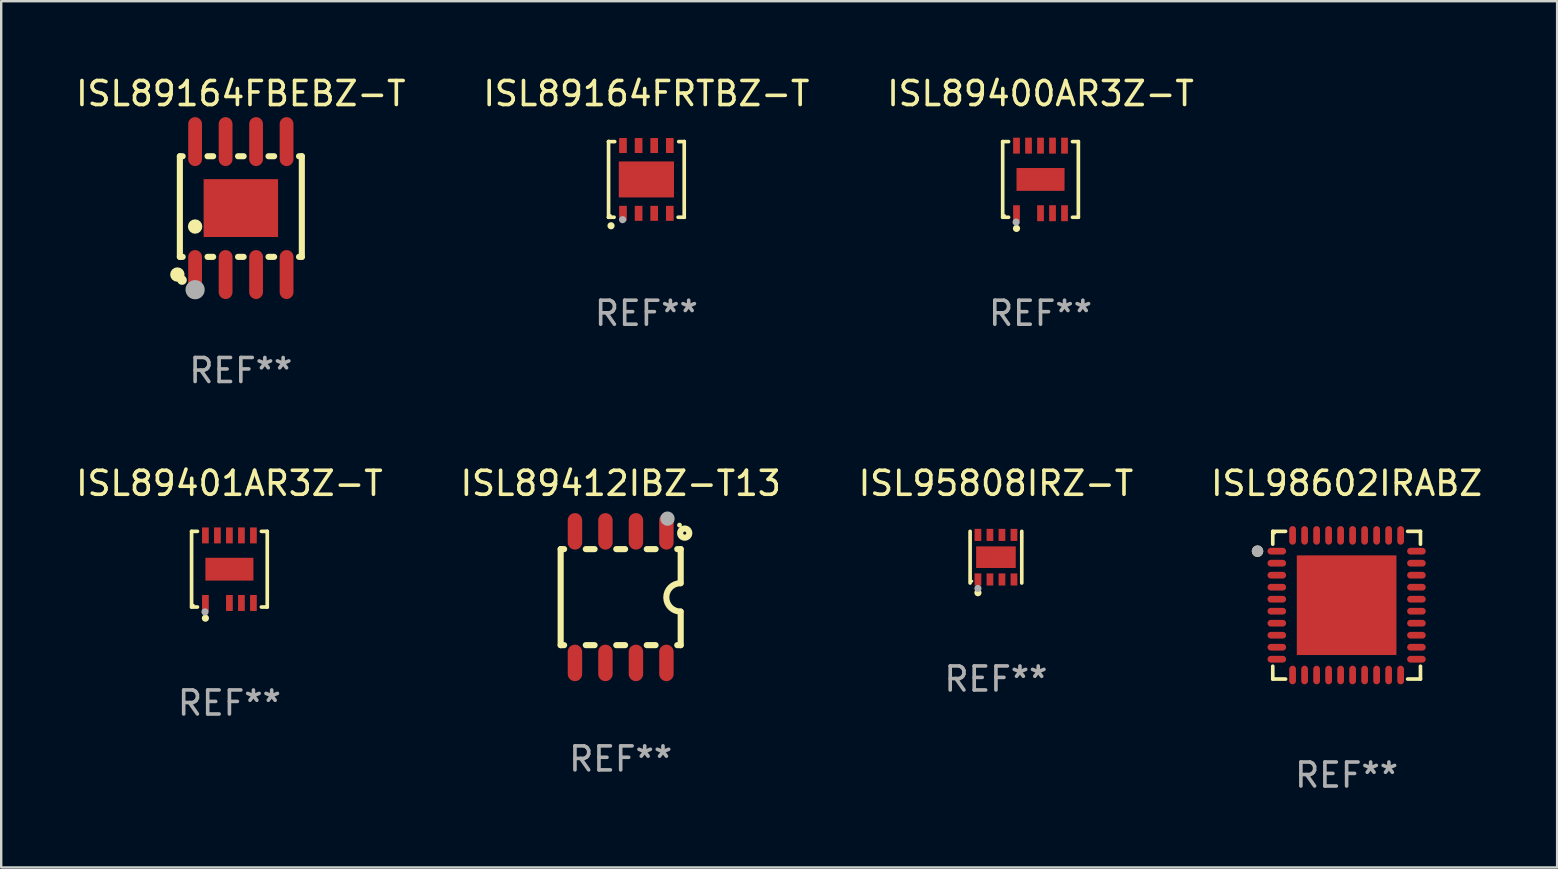
<source format=kicad_pcb>
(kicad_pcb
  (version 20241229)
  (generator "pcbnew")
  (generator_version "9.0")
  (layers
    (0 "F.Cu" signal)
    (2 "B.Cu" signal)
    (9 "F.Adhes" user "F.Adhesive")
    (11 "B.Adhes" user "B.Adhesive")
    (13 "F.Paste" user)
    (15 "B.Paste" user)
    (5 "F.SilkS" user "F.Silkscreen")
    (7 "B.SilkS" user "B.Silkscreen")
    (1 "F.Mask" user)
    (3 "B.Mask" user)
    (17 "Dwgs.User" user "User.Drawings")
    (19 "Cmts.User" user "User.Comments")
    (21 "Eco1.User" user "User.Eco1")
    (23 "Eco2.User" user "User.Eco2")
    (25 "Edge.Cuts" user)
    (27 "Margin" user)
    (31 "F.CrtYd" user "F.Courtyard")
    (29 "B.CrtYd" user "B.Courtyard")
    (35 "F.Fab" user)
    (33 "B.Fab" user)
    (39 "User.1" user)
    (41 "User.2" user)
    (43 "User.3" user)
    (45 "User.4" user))
  (footprint "ISL89412IBZ-T13"
    (layer "F.Cu")
    (at 22.804 21.823)
    (property "Reference" "ISL89412IBZ-T13" (at 0 -4.74 0) (layer "F.SilkS") (effects (font (size 1 1) (thickness 0.15))))
    (attr through_hole)
    (fp_line (start -2.5 2) (end -2.5 -2) (stroke (width 0.254) (type solid)) (layer "F.SilkS"))
    (fp_line (start -2.356 -2) (end -2.5 -2) (stroke (width 0.254) (type solid)) (layer "F.SilkS"))
    (fp_line (start -2.356 2) (end -2.5 2) (stroke (width 0.254) (type solid)) (layer "F.SilkS"))
    (fp_line (start -1.086 -2) (end -1.454 -2) (stroke (width 0.254) (type solid)) (layer "F.SilkS"))
    (fp_line (start -1.086 2) (end -1.454 2) (stroke (width 0.254) (type solid)) (layer "F.SilkS"))
    (fp_line (start 0.184 -2) (end -0.184 -2) (stroke (width 0.254) (type solid)) (layer "F.SilkS"))
    (fp_line (start 0.184 2) (end -0.184 2) (stroke (width 0.254) (type solid)) (layer "F.SilkS"))
    (fp_line (start 1.454 -2) (end 1.086 -2) (stroke (width 0.254) (type solid)) (layer "F.SilkS"))
    (fp_line (start 1.454 2) (end 1.086 2) (stroke (width 0.254) (type solid)) (layer "F.SilkS"))
    (fp_line (start 2.5 -2) (end 2.356 -2) (stroke (width 0.254) (type solid)) (layer "F.SilkS"))
    (fp_line (start 2.5 -0.58) (end 2.5 -2) (stroke (width 0.254) (type solid)) (layer "F.SilkS"))
    (fp_line (start 2.5 2) (end 2.356 2) (stroke (width 0.254) (type solid)) (layer "F.SilkS"))
    (fp_line (start 2.5 2) (end 2.5 0.6) (stroke (width 0.254) (type solid)) (layer "F.SilkS"))
    (fp_arc (start 2.489992 0.600051) (mid 1.901674 0.010046) (end 2.489992 -0.579959) (stroke (width 0.254001) (type solid)) (layer "F.SilkS"))
    (fp_circle (center 2.45 -3) (end 2.5 -3) (stroke (width 0.1) (type solid)) (fill no) (layer "F.SilkS"))
    (fp_circle (center 2.667 -2.667) (end 2.858 -2.667) (stroke (width 0.254) (type solid)) (fill no) (layer "F.SilkS"))
    (fp_circle (center 1.95 -3.27) (end 2.1 -3.27) (stroke (width 0.3) (type solid)) (fill no) (layer "F.Fab"))
    (fp_text user "REF**" (at 0 6.74 0) (layer "F.Fab") (effects (font (size 1 1) (thickness 0.15))))
    (pad "1" smd oval (at 1.905 -2.74) (size 0.6 1.52) (layers "F.Cu" "F.Mask" "F.Paste"))
    (pad "2" smd oval (at 0.635 -2.74) (size 0.6 1.52) (layers "F.Cu" "F.Mask" "F.Paste"))
    (pad "3" smd oval (at -0.635 -2.74) (size 0.6 1.52) (layers "F.Cu" "F.Mask" "F.Paste"))
    (pad "4" smd oval (at -1.905 -2.74) (size 0.6 1.52) (layers "F.Cu" "F.Mask" "F.Paste"))
    (pad "5" smd oval (at -1.905 2.74) (size 0.6 1.52) (layers "F.Cu" "F.Mask" "F.Paste"))
    (pad "6" smd oval (at -0.635 2.74) (size 0.6 1.52) (layers "F.Cu" "F.Mask" "F.Paste"))
    (pad "7" smd oval (at 0.635 2.74) (size 0.6 1.52) (layers "F.Cu" "F.Mask" "F.Paste"))
    (pad "8" smd oval (at 1.905 2.74) (size 0.6 1.52) (layers "F.Cu" "F.Mask" "F.Paste")))
  (footprint "ISL89164FRTBZ-T"
    (layer "F.Cu")
    (at 23.875 4.424)
    (property "Reference" "ISL89164FRTBZ-T" (at 0 -3.576 0) (layer "F.SilkS") (effects (font (size 1 1) (thickness 0.15))))
    (attr through_hole)
    (fp_line (start -1.576 -1.576) (end -1.576 -1.576) (stroke (width 0.152) (type solid)) (layer "F.SilkS"))
    (fp_line (start -1.576 -1.576) (end -1.576 1.576) (stroke (width 0.152) (type solid)) (layer "F.SilkS"))
    (fp_line (start -1.576 1.576) (end -1.576 1.576) (stroke (width 0.152) (type solid)) (layer "F.SilkS"))
    (fp_line (start -1.576 1.576) (end -1.346 1.575) (stroke (width 0.152) (type solid)) (layer "F.SilkS"))
    (fp_line (start -1.321 -1.575) (end -1.576 -1.576) (stroke (width 0.152) (type solid)) (layer "F.SilkS"))
    (fp_line (start 1.321 1.575) (end 1.576 1.576) (stroke (width 0.152) (type solid)) (layer "F.SilkS"))
    (fp_line (start 1.576 -1.576) (end 1.346 -1.575) (stroke (width 0.152) (type solid)) (layer "F.SilkS"))
    (fp_line (start 1.576 -1.576) (end 1.576 -1.576) (stroke (width 0.152) (type solid)) (layer "F.SilkS"))
    (fp_line (start 1.576 1.576) (end 1.576 -1.576) (stroke (width 0.152) (type solid)) (layer "F.SilkS"))
    (fp_line (start 1.576 1.576) (end 1.576 1.576) (stroke (width 0.152) (type solid)) (layer "F.SilkS"))
    (fp_circle (center -1.5 1.5) (end -1.47 1.5) (stroke (width 0.06) (type solid)) (fill no) (layer "F.SilkS"))
    (fp_circle (center -1.473 1.93) (end -1.398 1.93) (stroke (width 0.15) (type solid)) (fill no) (layer "F.SilkS"))
    (fp_circle (center -0.991 1.676) (end -0.916 1.676) (stroke (width 0.15) (type solid)) (fill no) (layer "F.Fab"))
    (fp_text user "REF**" (at 0 5.576 0) (layer "F.Fab") (effects (font (size 1 1) (thickness 0.15))))
    (pad "1" smd rect (at -0.975 1.412) (size 0.32 0.625) (layers "F.Cu" "F.Mask" "F.Paste"))
    (pad "2" smd rect (at -0.325 1.412) (size 0.32 0.625) (layers "F.Cu" "F.Mask" "F.Paste"))
    (pad "3" smd rect (at 0.325 1.412) (size 0.32 0.625) (layers "F.Cu" "F.Mask" "F.Paste"))
    (pad "4" smd rect (at 0.975 1.412) (size 0.32 0.625) (layers "F.Cu" "F.Mask" "F.Paste"))
    (pad "5" smd rect (at 0.975 -1.412) (size 0.32 0.625) (layers "F.Cu" "F.Mask" "F.Paste"))
    (pad "6" smd rect (at 0.325 -1.412) (size 0.32 0.625) (layers "F.Cu" "F.Mask" "F.Paste"))
    (pad "7" smd rect (at -0.325 -1.412) (size 0.32 0.625) (layers "F.Cu" "F.Mask" "F.Paste"))
    (pad "8" smd rect (at -0.975 -1.412) (size 0.32 0.625) (layers "F.Cu" "F.Mask" "F.Paste"))
    (pad "9" smd rect (at 0 0) (size 2.3 1.5) (layers "F.Cu" "F.Mask" "F.Paste")))
  (footprint "ISL95808IRZ-T"
    (layer "F.Cu")
    (at 38.435 20.159)
    (property "Reference" "ISL95808IRZ-T" (at 0 -3.076 0) (layer "F.SilkS") (effects (font (size 1 1) (thickness 0.15))))
    (attr through_hole)
    (fp_line (start -1.076 1.076) (end -1.076 -1.076) (stroke (width 0.152) (type solid)) (layer "F.SilkS"))
    (fp_line (start 1.076 1.076) (end 1.076 -1.076) (stroke (width 0.152) (type solid)) (layer "F.SilkS"))
    (fp_circle (center -1 1) (end -0.97 1) (stroke (width 0.06) (type solid)) (fill no) (layer "F.SilkS"))
    (fp_circle (center -0.75 1.48) (end -0.675 1.48) (stroke (width 0.15) (type solid)) (fill no) (layer "F.SilkS"))
    (fp_circle (center -0.75 1.3) (end -0.675 1.3) (stroke (width 0.15) (type solid)) (fill no) (layer "F.Fab"))
    (fp_text user "REF**" (at 0 5.076 0) (layer "F.Fab") (effects (font (size 1 1) (thickness 0.15))))
    (pad "1" smd rect (at -0.75 0.928) (size 0.28 0.505) (layers "F.Cu" "F.Mask" "F.Paste"))
    (pad "2" smd rect (at -0.25 0.928) (size 0.28 0.505) (layers "F.Cu" "F.Mask" "F.Paste"))
    (pad "3" smd rect (at 0.25 0.928) (size 0.28 0.505) (layers "F.Cu" "F.Mask" "F.Paste"))
    (pad "4" smd rect (at 0.75 0.928) (size 0.28 0.505) (layers "F.Cu" "F.Mask" "F.Paste"))
    (pad "5" smd rect (at 0.75 -0.928) (size 0.28 0.505) (layers "F.Cu" "F.Mask" "F.Paste"))
    (pad "6" smd rect (at 0.25 -0.928) (size 0.28 0.505) (layers "F.Cu" "F.Mask" "F.Paste"))
    (pad "7" smd rect (at -0.25 -0.928) (size 0.28 0.505) (layers "F.Cu" "F.Mask" "F.Paste"))
    (pad "8" smd rect (at -0.75 -0.928) (size 0.28 0.505) (layers "F.Cu" "F.Mask" "F.Paste"))
    (pad "9" smd rect (at 0 0) (size 1.65 0.9) (layers "F.Cu" "F.Mask" "F.Paste")))
  (footprint "ISL98602IRABZ"
    (layer "F.Cu")
    (at 53.042 22.159)
    (property "Reference" "ISL98602IRABZ" (at 0 -5.076 0) (layer "F.SilkS") (effects (font (size 1 1) (thickness 0.15))))
    (attr through_hole)
    (fp_line (start -3.076 -3.076) (end -2.542 -3.076) (stroke (width 0.152) (type solid)) (layer "F.SilkS"))
    (fp_line (start -3.076 -2.542) (end -3.076 -3.076) (stroke (width 0.152) (type solid)) (layer "F.SilkS"))
    (fp_line (start -3.076 2.542) (end -3.076 3.076) (stroke (width 0.152) (type solid)) (layer "F.SilkS"))
    (fp_line (start -3.076 3.076) (end -2.542 3.076) (stroke (width 0.152) (type solid)) (layer "F.SilkS"))
    (fp_line (start 3.076 -3.076) (end 2.542 -3.076) (stroke (width 0.152) (type solid)) (layer "F.SilkS"))
    (fp_line (start 3.076 -2.542) (end 3.076 -3.076) (stroke (width 0.152) (type solid)) (layer "F.SilkS"))
    (fp_line (start 3.076 2.542) (end 3.076 3.076) (stroke (width 0.152) (type solid)) (layer "F.SilkS"))
    (fp_line (start 3.076 3.076) (end 2.542 3.076) (stroke (width 0.152) (type solid)) (layer "F.SilkS"))
    (fp_circle (center -3.711 -2.25) (end -3.591 -2.25) (stroke (width 0.24) (type solid)) (fill no) (layer "F.SilkS"))
    (fp_circle (center -3 -3) (end -2.97 -3) (stroke (width 0.06) (type solid)) (fill no) (layer "F.SilkS"))
    (fp_circle (center -3.711 -2.25) (end -3.591 -2.25) (stroke (width 0.24) (type solid)) (fill no) (layer "F.Fab"))
    (fp_text user "REF**" (at 0 7.076 0) (layer "F.Fab") (effects (font (size 1 1) (thickness 0.15))))
    (pad "1" smd oval (at -2.908 -2.25) (size 0.775 0.28) (layers "F.Cu" "F.Mask" "F.Paste"))
    (pad "2" smd oval (at -2.908 -1.75) (size 0.775 0.28) (layers "F.Cu" "F.Mask" "F.Paste"))
    (pad "3" smd oval (at -2.908 -1.25) (size 0.775 0.28) (layers "F.Cu" "F.Mask" "F.Paste"))
    (pad "4" smd oval (at -2.908 -0.75) (size 0.775 0.28) (layers "F.Cu" "F.Mask" "F.Paste"))
    (pad "5" smd oval (at -2.908 -0.25) (size 0.775 0.28) (layers "F.Cu" "F.Mask" "F.Paste"))
    (pad "6" smd oval (at -2.908 0.25) (size 0.775 0.28) (layers "F.Cu" "F.Mask" "F.Paste"))
    (pad "7" smd oval (at -2.908 0.75) (size 0.775 0.28) (layers "F.Cu" "F.Mask" "F.Paste"))
    (pad "8" smd oval (at -2.908 1.25) (size 0.775 0.28) (layers "F.Cu" "F.Mask" "F.Paste"))
    (pad "9" smd oval (at -2.908 1.75) (size 0.775 0.28) (layers "F.Cu" "F.Mask" "F.Paste"))
    (pad "10" smd oval (at -2.908 2.25) (size 0.775 0.28) (layers "F.Cu" "F.Mask" "F.Paste"))
    (pad "11" smd oval (at -2.25 2.908) (size 0.28 0.775) (layers "F.Cu" "F.Mask" "F.Paste"))
    (pad "12" smd oval (at -1.75 2.908) (size 0.28 0.775) (layers "F.Cu" "F.Mask" "F.Paste"))
    (pad "13" smd oval (at -1.25 2.908) (size 0.28 0.775) (layers "F.Cu" "F.Mask" "F.Paste"))
    (pad "14" smd oval (at -0.75 2.908) (size 0.28 0.775) (layers "F.Cu" "F.Mask" "F.Paste"))
    (pad "15" smd oval (at -0.25 2.908) (size 0.28 0.775) (layers "F.Cu" "F.Mask" "F.Paste"))
    (pad "16" smd oval (at 0.25 2.908) (size 0.28 0.775) (layers "F.Cu" "F.Mask" "F.Paste"))
    (pad "17" smd oval (at 0.75 2.908) (size 0.28 0.775) (layers "F.Cu" "F.Mask" "F.Paste"))
    (pad "18" smd oval (at 1.25 2.908) (size 0.28 0.775) (layers "F.Cu" "F.Mask" "F.Paste"))
    (pad "19" smd oval (at 1.75 2.908) (size 0.28 0.775) (layers "F.Cu" "F.Mask" "F.Paste"))
    (pad "20" smd oval (at 2.25 2.908) (size 0.28 0.775) (layers "F.Cu" "F.Mask" "F.Paste"))
    (pad "21" smd oval (at 2.908 2.25) (size 0.775 0.28) (layers "F.Cu" "F.Mask" "F.Paste"))
    (pad "22" smd oval (at 2.908 1.75) (size 0.775 0.28) (layers "F.Cu" "F.Mask" "F.Paste"))
    (pad "23" smd oval (at 2.908 1.25) (size 0.775 0.28) (layers "F.Cu" "F.Mask" "F.Paste"))
    (pad "24" smd oval (at 2.908 0.75) (size 0.775 0.28) (layers "F.Cu" "F.Mask" "F.Paste"))
    (pad "25" smd oval (at 2.908 0.25) (size 0.775 0.28) (layers "F.Cu" "F.Mask" "F.Paste"))
    (pad "26" smd oval (at 2.908 -0.25) (size 0.775 0.28) (layers "F.Cu" "F.Mask" "F.Paste"))
    (pad "27" smd oval (at 2.908 -0.75) (size 0.775 0.28) (layers "F.Cu" "F.Mask" "F.Paste"))
    (pad "28" smd oval (at 2.908 -1.25) (size 0.775 0.28) (layers "F.Cu" "F.Mask" "F.Paste"))
    (pad "29" smd oval (at 2.908 -1.75) (size 0.775 0.28) (layers "F.Cu" "F.Mask" "F.Paste"))
    (pad "30" smd oval (at 2.908 -2.25) (size 0.775 0.28) (layers "F.Cu" "F.Mask" "F.Paste"))
    (pad "31" smd oval (at 2.25 -2.908) (size 0.28 0.775) (layers "F.Cu" "F.Mask" "F.Paste"))
    (pad "32" smd oval (at 1.75 -2.908) (size 0.28 0.775) (layers "F.Cu" "F.Mask" "F.Paste"))
    (pad "33" smd oval (at 1.25 -2.908) (size 0.28 0.775) (layers "F.Cu" "F.Mask" "F.Paste"))
    (pad "34" smd oval (at 0.75 -2.908) (size 0.28 0.775) (layers "F.Cu" "F.Mask" "F.Paste"))
    (pad "35" smd oval (at 0.25 -2.908) (size 0.28 0.775) (layers "F.Cu" "F.Mask" "F.Paste"))
    (pad "36" smd oval (at -0.25 -2.908) (size 0.28 0.775) (layers "F.Cu" "F.Mask" "F.Paste"))
    (pad "37" smd oval (at -0.75 -2.908) (size 0.28 0.775) (layers "F.Cu" "F.Mask" "F.Paste"))
    (pad "38" smd oval (at -1.25 -2.908) (size 0.28 0.775) (layers "F.Cu" "F.Mask" "F.Paste"))
    (pad "39" smd oval (at -1.75 -2.908) (size 0.28 0.775) (layers "F.Cu" "F.Mask" "F.Paste"))
    (pad "40" smd oval (at -2.25 -2.908) (size 0.28 0.775) (layers "F.Cu" "F.Mask" "F.Paste"))
    (pad "41" smd rect (at 0 0) (size 4.15 4.15) (layers "F.Cu" "F.Mask" "F.Paste")))
  (footprint "ISL89401AR3Z-T"
    (layer "F.Cu")
    (at 6.506 20.659)
    (property "Reference" "ISL89401AR3Z-T" (at 0 -3.576 0) (layer "F.SilkS") (effects (font (size 1 1) (thickness 0.15))))
    (attr through_hole)
    (fp_line (start -1.576 -1.576) (end -1.331 -1.576) (stroke (width 0.152) (type solid)) (layer "F.SilkS"))
    (fp_line (start -1.576 1.576) (end -1.576 -1.576) (stroke (width 0.152) (type solid)) (layer "F.SilkS"))
    (fp_line (start -1.331 1.576) (end -1.576 1.576) (stroke (width 0.152) (type solid)) (layer "F.SilkS"))
    (fp_line (start 1.331 1.576) (end 1.576 1.576) (stroke (width 0.152) (type solid)) (layer "F.SilkS"))
    (fp_line (start 1.576 -1.576) (end 1.331 -1.576) (stroke (width 0.152) (type solid)) (layer "F.SilkS"))
    (fp_line (start 1.576 1.576) (end 1.576 -1.576) (stroke (width 0.152) (type solid)) (layer "F.SilkS"))
    (fp_circle (center -1.5 1.5) (end -1.47 1.5) (stroke (width 0.06) (type solid)) (fill no) (layer "F.SilkS"))
    (fp_circle (center -1 2.04) (end -0.925 2.04) (stroke (width 0.15) (type solid)) (fill no) (layer "F.SilkS"))
    (fp_circle (center -1.016 1.778) (end -0.941 1.778) (stroke (width 0.15) (type solid)) (fill no) (layer "F.Fab"))
    (fp_text user "REF**" (at 0 5.576 0) (layer "F.Fab") (effects (font (size 1 1) (thickness 0.15))))
    (pad "1" smd rect (at -1 1.407) (size 0.28 0.665) (layers "F.Cu" "F.Mask" "F.Paste"))
    (pad "2" smd rect (at 0 1.407) (size 0.28 0.665) (layers "F.Cu" "F.Mask" "F.Paste"))
    (pad "3" smd rect (at 0.5 1.407) (size 0.28 0.665) (layers "F.Cu" "F.Mask" "F.Paste"))
    (pad "4" smd rect (at 1 1.407) (size 0.28 0.665) (layers "F.Cu" "F.Mask" "F.Paste"))
    (pad "5" smd rect (at 1 -1.407) (size 0.28 0.665) (layers "F.Cu" "F.Mask" "F.Paste"))
    (pad "6" smd rect (at 0.5 -1.407) (size 0.28 0.665) (layers "F.Cu" "F.Mask" "F.Paste"))
    (pad "7" smd rect (at 0 -1.407) (size 0.28 0.665) (layers "F.Cu" "F.Mask" "F.Paste"))
    (pad "8" smd rect (at -0.5 -1.407) (size 0.28 0.665) (layers "F.Cu" "F.Mask" "F.Paste"))
    (pad "9" smd rect (at -1 -1.407) (size 0.28 0.665) (layers "F.Cu" "F.Mask" "F.Paste"))
    (pad "10" smd rect (at 0 0) (size 2 0.95) (layers "F.Cu" "F.Mask" "F.Paste")))
  (footprint "ISL89400AR3Z-T"
    (layer "F.Cu")
    (at 40.292 4.424)
    (property "Reference" "ISL89400AR3Z-T" (at 0 -3.576 0) (layer "F.SilkS") (effects (font (size 1 1) (thickness 0.15))))
    (attr through_hole)
    (fp_line (start -1.576 -1.576) (end -1.331 -1.576) (stroke (width 0.152) (type solid)) (layer "F.SilkS"))
    (fp_line (start -1.576 1.576) (end -1.576 -1.576) (stroke (width 0.152) (type solid)) (layer "F.SilkS"))
    (fp_line (start -1.331 1.576) (end -1.576 1.576) (stroke (width 0.152) (type solid)) (layer "F.SilkS"))
    (fp_line (start 1.331 1.576) (end 1.576 1.576) (stroke (width 0.152) (type solid)) (layer "F.SilkS"))
    (fp_line (start 1.576 -1.576) (end 1.331 -1.576) (stroke (width 0.152) (type solid)) (layer "F.SilkS"))
    (fp_line (start 1.576 1.576) (end 1.576 -1.576) (stroke (width 0.152) (type solid)) (layer "F.SilkS"))
    (fp_circle (center -1.5 1.5) (end -1.47 1.5) (stroke (width 0.06) (type solid)) (fill no) (layer "F.SilkS"))
    (fp_circle (center -1 2.04) (end -0.925 2.04) (stroke (width 0.15) (type solid)) (fill no) (layer "F.SilkS"))
    (fp_circle (center -1.016 1.778) (end -0.941 1.778) (stroke (width 0.15) (type solid)) (fill no) (layer "F.Fab"))
    (fp_text user "REF**" (at 0 5.576 0) (layer "F.Fab") (effects (font (size 1 1) (thickness 0.15))))
    (pad "1" smd rect (at -1 1.407) (size 0.28 0.665) (layers "F.Cu" "F.Mask" "F.Paste"))
    (pad "2" smd rect (at 0 1.407) (size 0.28 0.665) (layers "F.Cu" "F.Mask" "F.Paste"))
    (pad "3" smd rect (at 0.5 1.407) (size 0.28 0.665) (layers "F.Cu" "F.Mask" "F.Paste"))
    (pad "4" smd rect (at 1 1.407) (size 0.28 0.665) (layers "F.Cu" "F.Mask" "F.Paste"))
    (pad "5" smd rect (at 1 -1.407) (size 0.28 0.665) (layers "F.Cu" "F.Mask" "F.Paste"))
    (pad "6" smd rect (at 0.5 -1.407) (size 0.28 0.665) (layers "F.Cu" "F.Mask" "F.Paste"))
    (pad "7" smd rect (at 0 -1.407) (size 0.28 0.665) (layers "F.Cu" "F.Mask" "F.Paste"))
    (pad "8" smd rect (at -0.5 -1.407) (size 0.28 0.665) (layers "F.Cu" "F.Mask" "F.Paste"))
    (pad "9" smd rect (at -1 -1.407) (size 0.28 0.665) (layers "F.Cu" "F.Mask" "F.Paste"))
    (pad "10" smd rect (at 0 0) (size 2 0.95) (layers "F.Cu" "F.Mask" "F.Paste")))
  (footprint "ISL89164FBEBZ-T"
    (layer "F.Cu")
    (at 6.982 5.617)
    (property "Reference" "ISL89164FBEBZ-T" (at 0 -4.769 0) (layer "F.SilkS") (effects (font (size 1 1) (thickness 0.15))))
    (attr through_hole)
    (fp_line (start -2.54 -2.159) (end -2.54 2.032) (stroke (width 0.254) (type solid)) (layer "F.SilkS"))
    (fp_line (start -2.54 2.032) (end -2.423 2.032) (stroke (width 0.254) (type solid)) (layer "F.SilkS"))
    (fp_line (start -2.423 -2.159) (end -2.54 -2.159) (stroke (width 0.254) (type solid)) (layer "F.SilkS"))
    (fp_line (start -1.387 2.032) (end -1.153 2.032) (stroke (width 0.254) (type solid)) (layer "F.SilkS"))
    (fp_line (start -1.153 -2.159) (end -1.387 -2.159) (stroke (width 0.254) (type solid)) (layer "F.SilkS"))
    (fp_line (start -0.117 2.032) (end 0.117 2.032) (stroke (width 0.254) (type solid)) (layer "F.SilkS"))
    (fp_line (start 0.117 -2.159) (end -0.117 -2.159) (stroke (width 0.254) (type solid)) (layer "F.SilkS"))
    (fp_line (start 1.153 2.032) (end 1.387 2.032) (stroke (width 0.254) (type solid)) (layer "F.SilkS"))
    (fp_line (start 1.387 -2.159) (end 1.153 -2.159) (stroke (width 0.254) (type solid)) (layer "F.SilkS"))
    (fp_line (start 2.54 -2.159) (end 2.423 -2.159) (stroke (width 0.254) (type solid)) (layer "F.SilkS"))
    (fp_line (start 2.54 2.032) (end 2.423 2.032) (stroke (width 0.254) (type solid)) (layer "F.SilkS"))
    (fp_line (start 2.54 2.032) (end 2.54 -2.159) (stroke (width 0.254) (type solid)) (layer "F.SilkS"))
    (fp_circle (center -2.644 2.769) (end -2.494 2.769) (stroke (width 0.3) (type solid)) (fill no) (layer "F.SilkS"))
    (fp_circle (center -2.45 3) (end -2.35 3) (stroke (width 0.2) (type solid)) (fill no) (layer "F.SilkS"))
    (fp_circle (center -1.905 0.769) (end -1.755 0.769) (stroke (width 0.3) (type solid)) (fill no) (layer "F.SilkS"))
    (fp_circle (center -1.905 3.4) (end -1.705 3.4) (stroke (width 0.4) (type solid)) (fill no) (layer "F.Fab"))
    (fp_text user "REF**" (at 0 6.769 0) (layer "F.Fab") (effects (font (size 1 1) (thickness 0.15))))
    (pad "1" smd oval (at -1.905 2.769) (size 0.574 2.038) (layers "F.Cu" "F.Mask" "F.Paste"))
    (pad "2" smd oval (at -0.635 2.769) (size 0.574 2.038) (layers "F.Cu" "F.Mask" "F.Paste"))
    (pad "3" smd oval (at 0.635 2.769) (size 0.574 2.038) (layers "F.Cu" "F.Mask" "F.Paste"))
    (pad "4" smd oval (at 1.905 2.769) (size 0.574 2.038) (layers "F.Cu" "F.Mask" "F.Paste"))
    (pad "5" smd oval (at 1.905 -2.769) (size 0.574 2.038) (layers "F.Cu" "F.Mask" "F.Paste"))
    (pad "6" smd oval (at 0.635 -2.769) (size 0.574 2.038) (layers "F.Cu" "F.Mask" "F.Paste"))
    (pad "7" smd oval (at -0.635 -2.769) (size 0.574 2.038) (layers "F.Cu" "F.Mask" "F.Paste"))
    (pad "8" smd oval (at -1.905 -2.769) (size 0.574 2.038) (layers "F.Cu" "F.Mask" "F.Paste"))
    (pad "9" smd rect (at 0 0) (size 3.1 2.41) (layers "F.Cu" "F.Mask" "F.Paste")))
  (gr_rect
    (start -3 -3)
    (end 61.81 33.084)
    (stroke (width 0.1) (type default))
    (fill no)
    (layer "Edge.Cuts")))
</source>
